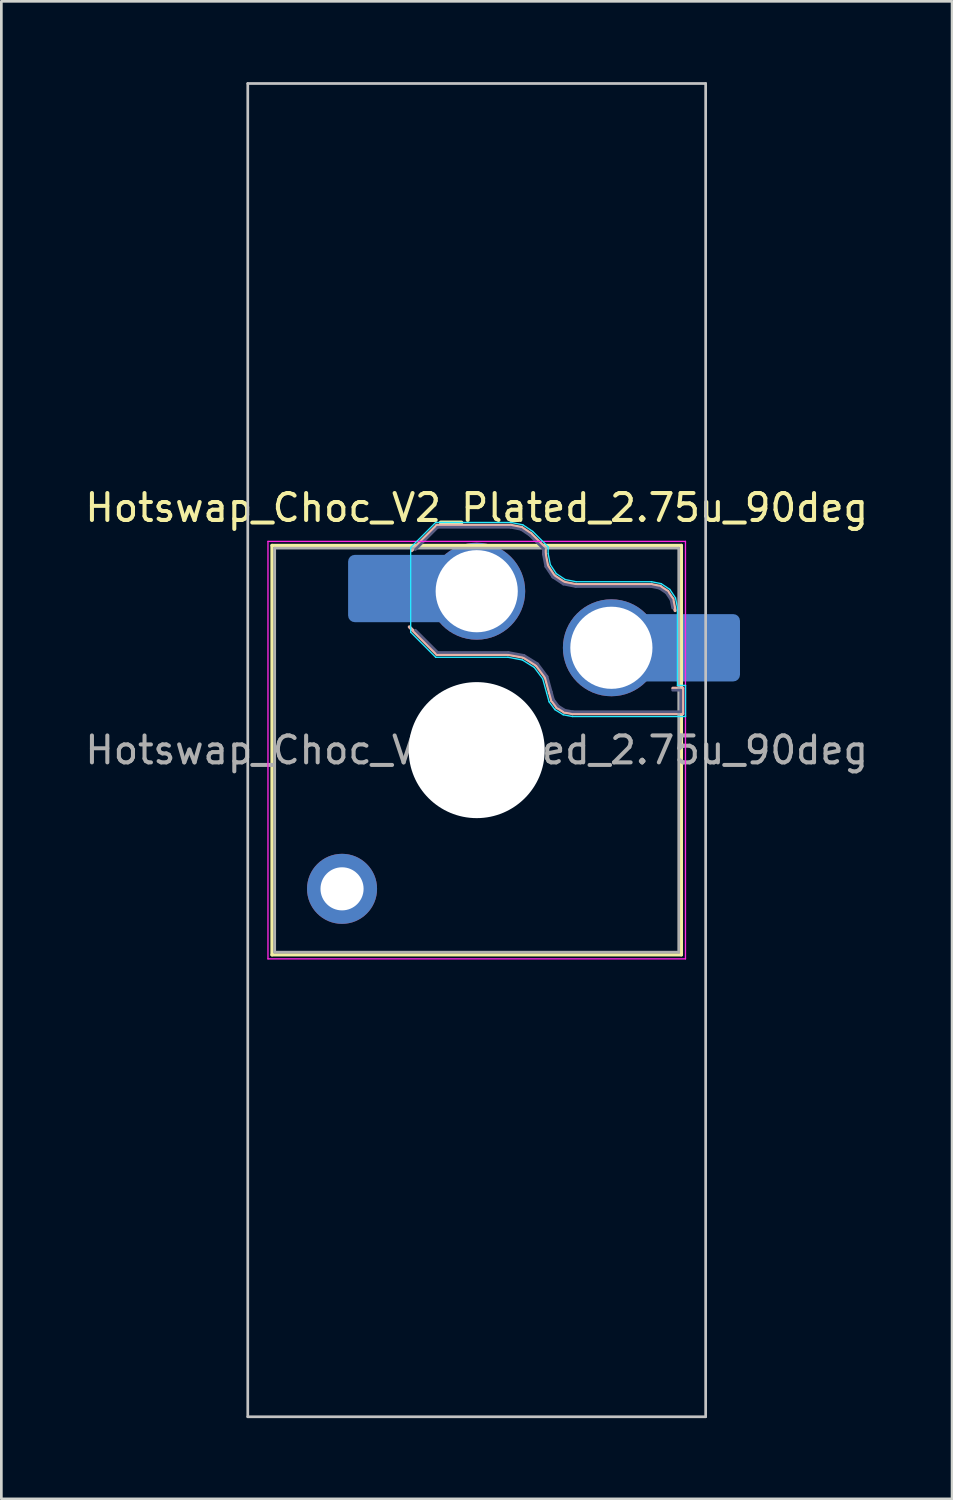
<source format=kicad_pcb>
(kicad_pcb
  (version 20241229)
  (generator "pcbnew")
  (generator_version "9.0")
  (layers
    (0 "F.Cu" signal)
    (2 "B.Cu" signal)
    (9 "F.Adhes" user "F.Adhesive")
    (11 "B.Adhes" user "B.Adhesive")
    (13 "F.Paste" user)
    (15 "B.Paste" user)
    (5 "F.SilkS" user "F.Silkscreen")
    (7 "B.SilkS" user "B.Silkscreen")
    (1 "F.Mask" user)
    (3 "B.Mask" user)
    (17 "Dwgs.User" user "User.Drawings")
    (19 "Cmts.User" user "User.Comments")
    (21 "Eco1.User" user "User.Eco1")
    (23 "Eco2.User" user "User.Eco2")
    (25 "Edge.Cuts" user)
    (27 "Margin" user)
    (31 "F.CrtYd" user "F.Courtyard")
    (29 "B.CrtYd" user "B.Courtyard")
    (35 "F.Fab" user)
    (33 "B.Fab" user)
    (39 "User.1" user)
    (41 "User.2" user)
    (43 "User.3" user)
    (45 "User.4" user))
  (footprint "Hotswap_Choc_V2_Plated_2.75u_90deg"
    (layer "F.Cu")
    (at 14.649 24.8)
    (property "Reference" "Hotswap_Choc_V2_Plated_2.75u_90deg" (at 0 -9 0) (layer "F.SilkS") (effects (font (size 1 1) (thickness 0.15))))
    (attr smd)
    (fp_line (start -7.6 -7.6) (end -7.6 7.6) (stroke (width 0.12) (type solid)) (layer "F.SilkS"))
    (fp_line (start -7.6 7.6) (end 7.6 7.6) (stroke (width 0.12) (type solid)) (layer "F.SilkS"))
    (fp_line (start 7.6 -7.6) (end -7.6 -7.6) (stroke (width 0.12) (type solid)) (layer "F.SilkS"))
    (fp_line (start 7.6 7.6) (end 7.6 -7.6) (stroke (width 0.12) (type solid)) (layer "F.SilkS"))
    (fp_line (start -2.416 -7.409) (end -1.479 -8.346) (stroke (width 0.12) (type solid)) (layer "B.SilkS"))
    (fp_line (start -1.479 -8.346) (end 1.268 -8.346) (stroke (width 0.12) (type solid)) (layer "B.SilkS"))
    (fp_line (start -1.479 -3.554) (end -2.5 -4.575) (stroke (width 0.12) (type solid)) (layer "B.SilkS"))
    (fp_line (start 1.168 -3.554) (end -1.479 -3.554) (stroke (width 0.12) (type solid)) (layer "B.SilkS"))
    (fp_line (start 1.268 -8.346) (end 1.671 -8.266) (stroke (width 0.12) (type solid)) (layer "B.SilkS"))
    (fp_line (start 1.671 -8.266) (end 2.013 -8.037) (stroke (width 0.12) (type solid)) (layer "B.SilkS"))
    (fp_line (start 1.73 -3.449) (end 1.168 -3.554) (stroke (width 0.12) (type solid)) (layer "B.SilkS"))
    (fp_line (start 2.013 -8.037) (end 2.546 -7.504) (stroke (width 0.12) (type solid)) (layer "B.SilkS"))
    (fp_line (start 2.209 -3.15) (end 1.73 -3.449) (stroke (width 0.12) (type solid)) (layer "B.SilkS"))
    (fp_line (start 2.546 -7.504) (end 2.546 -7.282) (stroke (width 0.12) (type solid)) (layer "B.SilkS"))
    (fp_line (start 2.546 -7.282) (end 2.633 -6.844) (stroke (width 0.12) (type solid)) (layer "B.SilkS"))
    (fp_line (start 2.547 -2.697) (end 2.209 -3.15) (stroke (width 0.12) (type solid)) (layer "B.SilkS"))
    (fp_line (start 2.633 -6.844) (end 2.877 -6.477) (stroke (width 0.12) (type solid)) (layer "B.SilkS"))
    (fp_line (start 2.701 -2.139) (end 2.547 -2.697) (stroke (width 0.12) (type solid)) (layer "B.SilkS"))
    (fp_line (start 2.783 -1.841) (end 2.701 -2.139) (stroke (width 0.12) (type solid)) (layer "B.SilkS"))
    (fp_line (start 2.877 -6.477) (end 3.244 -6.233) (stroke (width 0.12) (type solid)) (layer "B.SilkS"))
    (fp_line (start 2.976 -1.583) (end 2.783 -1.841) (stroke (width 0.12) (type solid)) (layer "B.SilkS"))
    (fp_line (start 3.244 -6.233) (end 3.682 -6.146) (stroke (width 0.12) (type solid)) (layer "B.SilkS"))
    (fp_line (start 3.25 -1.413) (end 2.976 -1.583) (stroke (width 0.12) (type solid)) (layer "B.SilkS"))
    (fp_line (start 3.56 -1.354) (end 3.25 -1.413) (stroke (width 0.12) (type solid)) (layer "B.SilkS"))
    (fp_line (start 3.682 -6.146) (end 6.482 -6.146) (stroke (width 0.12) (type solid)) (layer "B.SilkS"))
    (fp_line (start 6.482 -6.146) (end 6.809 -6.081) (stroke (width 0.12) (type solid)) (layer "B.SilkS"))
    (fp_line (start 6.809 -6.081) (end 7.092 -5.892) (stroke (width 0.12) (type solid)) (layer "B.SilkS"))
    (fp_line (start 7.092 -5.892) (end 7.281 -5.609) (stroke (width 0.12) (type solid)) (layer "B.SilkS"))
    (fp_line (start 7.281 -5.609) (end 7.366 -5.182) (stroke (width 0.12) (type solid)) (layer "B.SilkS"))
    (fp_line (start 7.283 -2.296) (end 7.646 -2.296) (stroke (width 0.12) (type solid)) (layer "B.SilkS"))
    (fp_line (start 7.646 -2.296) (end 7.646 -1.354) (stroke (width 0.12) (type solid)) (layer "B.SilkS"))
    (fp_line (start 7.646 -1.354) (end 3.56 -1.354) (stroke (width 0.12) (type solid)) (layer "B.SilkS"))
    (fp_line (start -8.5 -24.75) (end 8.5 -24.75) (stroke (width 0.1) (type solid)) (layer "Dwgs.User"))
    (fp_line (start -8.5 24.75) (end -8.5 -24.75) (stroke (width 0.1) (type solid)) (layer "Dwgs.User"))
    (fp_line (start 8.5 -24.75) (end 8.5 24.75) (stroke (width 0.1) (type solid)) (layer "Dwgs.User"))
    (fp_line (start 8.5 24.75) (end -8.5 24.75) (stroke (width 0.1) (type solid)) (layer "Dwgs.User"))
    (fp_line (start -7.25 -7.25) (end -7.25 7.25) (stroke (width 0.1) (type solid)) (layer "Eco1.User"))
    (fp_line (start -7.25 7.25) (end 7.25 7.25) (stroke (width 0.1) (type solid)) (layer "Eco1.User"))
    (fp_line (start 7.25 -7.25) (end -7.25 -7.25) (stroke (width 0.1) (type solid)) (layer "Eco1.User"))
    (fp_line (start 7.25 7.25) (end 7.25 -7.25) (stroke (width 0.1) (type solid)) (layer "Eco1.User"))
    (fp_line (start -2.452 -7.523) (end -1.523 -8.452) (stroke (width 0.05) (type solid)) (layer "B.CrtYd"))
    (fp_line (start -2.452 -4.377) (end -2.452 -7.523) (stroke (width 0.05) (type solid)) (layer "B.CrtYd"))
    (fp_line (start -1.523 -8.452) (end 1.278 -8.452) (stroke (width 0.05) (type solid)) (layer "B.CrtYd"))
    (fp_line (start -1.523 -3.448) (end -2.452 -4.377) (stroke (width 0.05) (type solid)) (layer "B.CrtYd"))
    (fp_line (start 1.159 -3.448) (end -1.523 -3.448) (stroke (width 0.05) (type solid)) (layer "B.CrtYd"))
    (fp_line (start 1.278 -8.452) (end 1.712 -8.366) (stroke (width 0.05) (type solid)) (layer "B.CrtYd"))
    (fp_line (start 1.691 -3.348) (end 1.159 -3.448) (stroke (width 0.05) (type solid)) (layer "B.CrtYd"))
    (fp_line (start 1.712 -8.366) (end 2.081 -8.119) (stroke (width 0.05) (type solid)) (layer "B.CrtYd"))
    (fp_line (start 2.081 -8.119) (end 2.652 -7.548) (stroke (width 0.05) (type solid)) (layer "B.CrtYd"))
    (fp_line (start 2.136 -3.071) (end 1.691 -3.348) (stroke (width 0.05) (type solid)) (layer "B.CrtYd"))
    (fp_line (start 2.45 -2.65) (end 2.136 -3.071) (stroke (width 0.05) (type solid)) (layer "B.CrtYd"))
    (fp_line (start 2.599 -2.111) (end 2.45 -2.65) (stroke (width 0.05) (type solid)) (layer "B.CrtYd"))
    (fp_line (start 2.652 -7.548) (end 2.652 -7.292) (stroke (width 0.05) (type solid)) (layer "B.CrtYd"))
    (fp_line (start 2.652 -7.292) (end 2.733 -6.885) (stroke (width 0.05) (type solid)) (layer "B.CrtYd"))
    (fp_line (start 2.687 -1.794) (end 2.599 -2.111) (stroke (width 0.05) (type solid)) (layer "B.CrtYd"))
    (fp_line (start 2.733 -6.885) (end 2.953 -6.553) (stroke (width 0.05) (type solid)) (layer "B.CrtYd"))
    (fp_line (start 2.903 -1.503) (end 2.687 -1.794) (stroke (width 0.05) (type solid)) (layer "B.CrtYd"))
    (fp_line (start 2.953 -6.553) (end 3.285 -6.333) (stroke (width 0.05) (type solid)) (layer "B.CrtYd"))
    (fp_line (start 3.211 -1.312) (end 2.903 -1.503) (stroke (width 0.05) (type solid)) (layer "B.CrtYd"))
    (fp_line (start 3.285 -6.333) (end 3.692 -6.252) (stroke (width 0.05) (type solid)) (layer "B.CrtYd"))
    (fp_line (start 3.55 -1.248) (end 3.211 -1.312) (stroke (width 0.05) (type solid)) (layer "B.CrtYd"))
    (fp_line (start 3.692 -6.252) (end 6.492 -6.252) (stroke (width 0.05) (type solid)) (layer "B.CrtYd"))
    (fp_line (start 6.492 -6.252) (end 6.85 -6.181) (stroke (width 0.05) (type solid)) (layer "B.CrtYd"))
    (fp_line (start 6.85 -6.181) (end 7.168 -5.968) (stroke (width 0.05) (type solid)) (layer "B.CrtYd"))
    (fp_line (start 7.168 -5.968) (end 7.381 -5.65) (stroke (width 0.05) (type solid)) (layer "B.CrtYd"))
    (fp_line (start 7.381 -5.65) (end 7.452 -5.292) (stroke (width 0.05) (type solid)) (layer "B.CrtYd"))
    (fp_line (start 7.452 -5.292) (end 7.452 -2.402) (stroke (width 0.05) (type solid)) (layer "B.CrtYd"))
    (fp_line (start 7.452 -2.402) (end 7.752 -2.402) (stroke (width 0.05) (type solid)) (layer "B.CrtYd"))
    (fp_line (start 7.752 -2.402) (end 7.752 -1.248) (stroke (width 0.05) (type solid)) (layer "B.CrtYd"))
    (fp_line (start 7.752 -1.248) (end 3.55 -1.248) (stroke (width 0.05) (type solid)) (layer "B.CrtYd"))
    (fp_line (start -7.75 -7.75) (end -7.75 7.75) (stroke (width 0.05) (type solid)) (layer "F.CrtYd"))
    (fp_line (start -7.75 7.75) (end 7.75 7.75) (stroke (width 0.05) (type solid)) (layer "F.CrtYd"))
    (fp_line (start 7.75 -7.75) (end -7.75 -7.75) (stroke (width 0.05) (type solid)) (layer "F.CrtYd"))
    (fp_line (start 7.75 7.75) (end 7.75 -7.75) (stroke (width 0.05) (type solid)) (layer "F.CrtYd"))
    (fp_line (start -2.275 -7.45) (end -1.45 -8.275) (stroke (width 0.1) (type solid)) (layer "B.Fab"))
    (fp_line (start -1.45 -8.275) (end 1.261 -8.275) (stroke (width 0.1) (type solid)) (layer "B.Fab"))
    (fp_line (start -1.45 -3.625) (end -2.275 -4.45) (stroke (width 0.1) (type solid)) (layer "B.Fab"))
    (fp_line (start 1.175 -3.625) (end -1.45 -3.625) (stroke (width 0.1) (type solid)) (layer "B.Fab"))
    (fp_line (start 1.261 -8.275) (end 1.643 -8.199) (stroke (width 0.1) (type solid)) (layer "B.Fab"))
    (fp_line (start 1.643 -8.199) (end 1.968 -7.982) (stroke (width 0.1) (type solid)) (layer "B.Fab"))
    (fp_line (start 1.756 -3.516) (end 1.175 -3.625) (stroke (width 0.1) (type solid)) (layer "B.Fab"))
    (fp_line (start 1.968 -7.982) (end 2.475 -7.475) (stroke (width 0.1) (type solid)) (layer "B.Fab"))
    (fp_line (start 2.258 -3.203) (end 1.756 -3.516) (stroke (width 0.1) (type solid)) (layer "B.Fab"))
    (fp_line (start 2.475 -7.475) (end 2.475 -7.275) (stroke (width 0.1) (type solid)) (layer "B.Fab"))
    (fp_line (start 2.475 -7.275) (end 2.566 -6.816) (stroke (width 0.1) (type solid)) (layer "B.Fab"))
    (fp_line (start 2.566 -6.816) (end 2.826 -6.426) (stroke (width 0.1) (type solid)) (layer "B.Fab"))
    (fp_line (start 2.612 -2.729) (end 2.258 -3.203) (stroke (width 0.1) (type solid)) (layer "B.Fab"))
    (fp_line (start 2.769 -2.158) (end 2.612 -2.729) (stroke (width 0.1) (type solid)) (layer "B.Fab"))
    (fp_line (start 2.826 -6.426) (end 3.216 -6.166) (stroke (width 0.1) (type solid)) (layer "B.Fab"))
    (fp_line (start 2.848 -1.873) (end 2.769 -2.158) (stroke (width 0.1) (type solid)) (layer "B.Fab"))
    (fp_line (start 3.025 -1.636) (end 2.848 -1.873) (stroke (width 0.1) (type solid)) (layer "B.Fab"))
    (fp_line (start 3.216 -6.166) (end 3.675 -6.075) (stroke (width 0.1) (type solid)) (layer "B.Fab"))
    (fp_line (start 3.276 -1.48) (end 3.025 -1.636) (stroke (width 0.1) (type solid)) (layer "B.Fab"))
    (fp_line (start 3.567 -1.425) (end 3.276 -1.48) (stroke (width 0.1) (type solid)) (layer "B.Fab"))
    (fp_line (start 3.675 -6.075) (end 6.475 -6.075) (stroke (width 0.1) (type solid)) (layer "B.Fab"))
    (fp_line (start 6.475 -6.075) (end 6.781 -6.014) (stroke (width 0.1) (type solid)) (layer "B.Fab"))
    (fp_line (start 6.781 -6.014) (end 7.041 -5.841) (stroke (width 0.1) (type solid)) (layer "B.Fab"))
    (fp_line (start 7.041 -5.841) (end 7.214 -5.581) (stroke (width 0.1) (type solid)) (layer "B.Fab"))
    (fp_line (start 7.214 -5.581) (end 7.275 -5.275) (stroke (width 0.1) (type solid)) (layer "B.Fab"))
    (fp_line (start 7.275 -2.225) (end 7.575 -2.225) (stroke (width 0.1) (type solid)) (layer "B.Fab"))
    (fp_line (start 7.575 -2.225) (end 7.575 -1.425) (stroke (width 0.1) (type solid)) (layer "B.Fab"))
    (fp_line (start 7.575 -1.425) (end 3.567 -1.425) (stroke (width 0.1) (type solid)) (layer "B.Fab"))
    (fp_line (start -7.5 -7.5) (end -7.5 7.5) (stroke (width 0.1) (type solid)) (layer "F.Fab"))
    (fp_line (start -7.5 7.5) (end 7.5 7.5) (stroke (width 0.1) (type solid)) (layer "F.Fab"))
    (fp_line (start 7.5 -7.5) (end -7.5 -7.5) (stroke (width 0.1) (type solid)) (layer "F.Fab"))
    (fp_line (start 7.5 7.5) (end 7.5 -7.5) (stroke (width 0.1) (type solid)) (layer "F.Fab"))
    (fp_text user "${REFERENCE}" (at 0 0 0) (layer "F.Fab") (effects (font (size 1 1) (thickness 0.15))))
    (pad "" thru_hole circle (at -5 5.15) (size 2.6 2.6) (drill 1.6) (layers "*.Cu" "*.Mask"))
    (pad "" smd roundrect (at -3.5 -6) (size 2.55 2.5) (layers "B.Mask" "B.Paste") (roundrect_rratio 0.1))
    (pad "" np_thru_hole circle (at 0 0) (size 5.05 5.05) (drill 5.05) (layers "*.Cu" "*.Mask"))
    (pad "" smd roundrect (at 8.5 -3.8) (size 2.55 2.5) (layers "B.Mask" "B.Paste") (roundrect_rratio 0.1))
    (pad "1" smd roundrect (at -2.85 -6) (size 3.85 2.5) (layers "B.Cu") (roundrect_rratio 0.1))
    (pad "1" thru_hole circle (at 0 -5.9) (size 3.6 3.6) (drill 3.05) (layers "*.Cu" "*.Mask"))
    (pad "2" thru_hole circle (at 5 -3.8) (size 3.6 3.6) (drill 3.05) (layers "*.Cu" "*.Mask"))
    (pad "2" smd roundrect (at 7.85 -3.8) (size 3.85 2.5) (layers "B.Cu") (roundrect_rratio 0.1)))
  (gr_rect
    (start -3 -3)
    (end 32.298 52.6)
    (stroke (width 0.1) (type default))
    (fill no)
    (layer "Edge.Cuts")))
</source>
